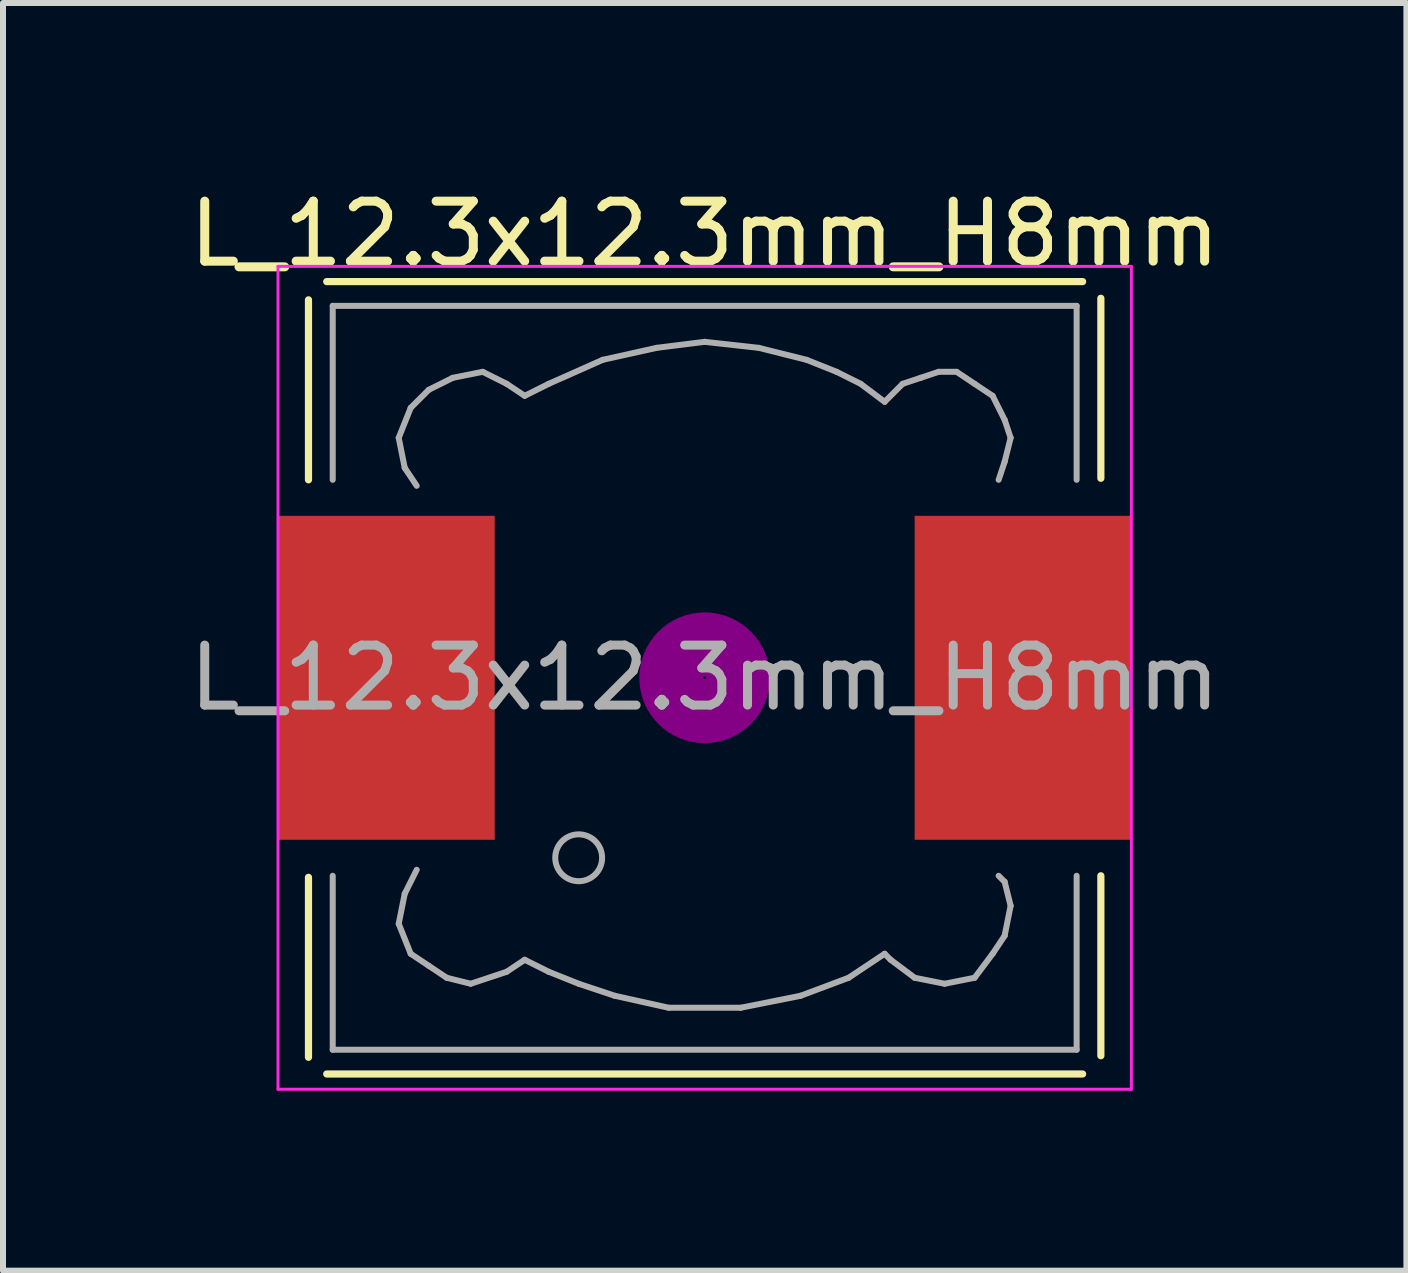
<source format=kicad_pcb>
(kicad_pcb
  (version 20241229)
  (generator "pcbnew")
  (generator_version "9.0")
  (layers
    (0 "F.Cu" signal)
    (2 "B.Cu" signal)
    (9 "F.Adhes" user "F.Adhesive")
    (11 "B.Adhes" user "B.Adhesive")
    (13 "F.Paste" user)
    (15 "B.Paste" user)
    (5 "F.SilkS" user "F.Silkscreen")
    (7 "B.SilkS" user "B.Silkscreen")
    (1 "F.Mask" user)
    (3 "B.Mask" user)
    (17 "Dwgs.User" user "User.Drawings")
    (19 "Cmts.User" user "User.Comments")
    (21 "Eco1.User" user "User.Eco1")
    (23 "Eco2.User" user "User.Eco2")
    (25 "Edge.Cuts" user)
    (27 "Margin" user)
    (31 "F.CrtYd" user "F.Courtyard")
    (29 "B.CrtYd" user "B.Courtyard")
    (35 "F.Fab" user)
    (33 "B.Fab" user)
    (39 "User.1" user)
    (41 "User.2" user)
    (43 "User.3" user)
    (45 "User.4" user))
  (footprint "L_12.3x12.3mm_H8mm"
    (layer "F.Cu")
    (at 8.696 8.248)
    (property "Reference" "L_12.3x12.3mm_H8mm" (at 0 -7.4 0) (layer "F.SilkS") (effects (font (size 1 1) (thickness 0.15))))
    (attr smd)
    (fp_line (start -6.604 -3.3) (end -6.604 -6.3) (stroke (width 0.12) (type solid)) (layer "F.SilkS"))
    (fp_line (start -6.604 6.326) (end -6.604 3.326) (stroke (width 0.12) (type solid)) (layer "F.SilkS"))
    (fp_line (start -6.3 -6.604) (end 6.3 -6.604) (stroke (width 0.12) (type solid)) (layer "F.SilkS"))
    (fp_line (start 6.3 6.604) (end -6.3 6.604) (stroke (width 0.12) (type solid)) (layer "F.SilkS"))
    (fp_line (start 6.604 -6.326) (end 6.604 -3.326) (stroke (width 0.12) (type solid)) (layer "F.SilkS"))
    (fp_line (start 6.604 3.3) (end 6.604 6.3) (stroke (width 0.12) (type solid)) (layer "F.SilkS"))
    (fp_circle (center 0 0) (end 0.15 0.15) (stroke (width 0.38) (type solid)) (fill no) (layer "F.Adhes"))
    (fp_circle (center 0 0) (end 0.55 0) (stroke (width 0.38) (type solid)) (fill no) (layer "F.Adhes"))
    (fp_circle (center 0 0) (end 0.9 0) (stroke (width 0.38) (type solid)) (fill no) (layer "F.Adhes"))
    (fp_line (start -7.112 -6.858) (end 7.112 -6.858) (stroke (width 0.05) (type solid)) (layer "F.CrtYd"))
    (fp_line (start -7.112 6.858) (end -7.112 -6.858) (stroke (width 0.05) (type solid)) (layer "F.CrtYd"))
    (fp_line (start 7.112 -6.858) (end 7.112 6.858) (stroke (width 0.05) (type solid)) (layer "F.CrtYd"))
    (fp_line (start 7.112 6.858) (end -7.112 6.858) (stroke (width 0.05) (type solid)) (layer "F.CrtYd"))
    (fp_line (start -6.2 -6.2) (end -6.2 -3.3) (stroke (width 0.1) (type solid)) (layer "F.Fab"))
    (fp_line (start -6.2 3.3) (end -6.2 6.2) (stroke (width 0.1) (type solid)) (layer "F.Fab"))
    (fp_line (start -6.2 6.2) (end 6.2 6.2) (stroke (width 0.1) (type solid)) (layer "F.Fab"))
    (fp_line (start -5.1 -4) (end -5 -3.5) (stroke (width 0.1) (type solid)) (layer "F.Fab"))
    (fp_line (start -5.1 4.1) (end -5 3.6) (stroke (width 0.1) (type solid)) (layer "F.Fab"))
    (fp_line (start -5 -3.5) (end -4.8 -3.2) (stroke (width 0.1) (type solid)) (layer "F.Fab"))
    (fp_line (start -5 3.6) (end -4.8 3.2) (stroke (width 0.1) (type solid)) (layer "F.Fab"))
    (fp_line (start -4.9 -4.5) (end -5.1 -4) (stroke (width 0.1) (type solid)) (layer "F.Fab"))
    (fp_line (start -4.9 4.6) (end -5.1 4.1) (stroke (width 0.1) (type solid)) (layer "F.Fab"))
    (fp_line (start -4.6 -4.8) (end -4.9 -4.5) (stroke (width 0.1) (type solid)) (layer "F.Fab"))
    (fp_line (start -4.6 4.8) (end -4.9 4.6) (stroke (width 0.1) (type solid)) (layer "F.Fab"))
    (fp_line (start -4.3 5) (end -4.6 4.8) (stroke (width 0.1) (type solid)) (layer "F.Fab"))
    (fp_line (start -4.2 -5) (end -4.6 -4.8) (stroke (width 0.1) (type solid)) (layer "F.Fab"))
    (fp_line (start -3.9 5.1) (end -4.3 5) (stroke (width 0.1) (type solid)) (layer "F.Fab"))
    (fp_line (start -3.7 -5.1) (end -4.2 -5) (stroke (width 0.1) (type solid)) (layer "F.Fab"))
    (fp_line (start -3.3 -4.9) (end -3.7 -5.1) (stroke (width 0.1) (type solid)) (layer "F.Fab"))
    (fp_line (start -3.3 4.9) (end -3.9 5.1) (stroke (width 0.1) (type solid)) (layer "F.Fab"))
    (fp_line (start -3 -4.7) (end -3.3 -4.9) (stroke (width 0.1) (type solid)) (layer "F.Fab"))
    (fp_line (start -3 4.7) (end -3.3 4.9) (stroke (width 0.1) (type solid)) (layer "F.Fab"))
    (fp_line (start -2.6 -4.9) (end -3 -4.7) (stroke (width 0.1) (type solid)) (layer "F.Fab"))
    (fp_line (start -2.6 4.9) (end -3 4.7) (stroke (width 0.1) (type solid)) (layer "F.Fab"))
    (fp_line (start -2.1 5.1) (end -2.6 4.9) (stroke (width 0.1) (type solid)) (layer "F.Fab"))
    (fp_line (start -1.7 -5.3) (end -2.6 -4.9) (stroke (width 0.1) (type solid)) (layer "F.Fab"))
    (fp_line (start -1.5 5.3) (end -2.1 5.1) (stroke (width 0.1) (type solid)) (layer "F.Fab"))
    (fp_line (start -0.8 -5.5) (end -1.7 -5.3) (stroke (width 0.1) (type solid)) (layer "F.Fab"))
    (fp_line (start -0.6 5.5) (end -1.5 5.3) (stroke (width 0.1) (type solid)) (layer "F.Fab"))
    (fp_line (start 0 -5.6) (end -0.8 -5.5) (stroke (width 0.1) (type solid)) (layer "F.Fab"))
    (fp_line (start 0.6 5.5) (end -0.6 5.5) (stroke (width 0.1) (type solid)) (layer "F.Fab"))
    (fp_line (start 0.9 -5.5) (end 0 -5.6) (stroke (width 0.1) (type solid)) (layer "F.Fab"))
    (fp_line (start 1.6 5.3) (end 0.6 5.5) (stroke (width 0.1) (type solid)) (layer "F.Fab"))
    (fp_line (start 1.7 -5.3) (end 0.9 -5.5) (stroke (width 0.1) (type solid)) (layer "F.Fab"))
    (fp_line (start 2.2 -5.1) (end 1.7 -5.3) (stroke (width 0.1) (type solid)) (layer "F.Fab"))
    (fp_line (start 2.4 5) (end 1.6 5.3) (stroke (width 0.1) (type solid)) (layer "F.Fab"))
    (fp_line (start 2.6 -4.9) (end 2.2 -5.1) (stroke (width 0.1) (type solid)) (layer "F.Fab"))
    (fp_line (start 3 -4.6) (end 2.6 -4.9) (stroke (width 0.1) (type solid)) (layer "F.Fab"))
    (fp_line (start 3 4.6) (end 2.4 5) (stroke (width 0.1) (type solid)) (layer "F.Fab"))
    (fp_line (start 3.1 4.7) (end 3 4.6) (stroke (width 0.1) (type solid)) (layer "F.Fab"))
    (fp_line (start 3.3 -4.9) (end 3 -4.6) (stroke (width 0.1) (type solid)) (layer "F.Fab"))
    (fp_line (start 3.5 5) (end 3.1 4.7) (stroke (width 0.1) (type solid)) (layer "F.Fab"))
    (fp_line (start 3.6 -5) (end 3.3 -4.9) (stroke (width 0.1) (type solid)) (layer "F.Fab"))
    (fp_line (start 3.9 -5.1) (end 3.6 -5) (stroke (width 0.1) (type solid)) (layer "F.Fab"))
    (fp_line (start 4 5.1) (end 3.5 5) (stroke (width 0.1) (type solid)) (layer "F.Fab"))
    (fp_line (start 4.2 -5.1) (end 3.9 -5.1) (stroke (width 0.1) (type solid)) (layer "F.Fab"))
    (fp_line (start 4.5 -4.9) (end 4.2 -5.1) (stroke (width 0.1) (type solid)) (layer "F.Fab"))
    (fp_line (start 4.5 5) (end 4 5.1) (stroke (width 0.1) (type solid)) (layer "F.Fab"))
    (fp_line (start 4.8 -4.7) (end 4.5 -4.9) (stroke (width 0.1) (type solid)) (layer "F.Fab"))
    (fp_line (start 4.8 4.6) (end 4.5 5) (stroke (width 0.1) (type solid)) (layer "F.Fab"))
    (fp_line (start 4.9 -3.3) (end 5 -3.6) (stroke (width 0.1) (type solid)) (layer "F.Fab"))
    (fp_line (start 4.9 3.3) (end 5 3.4) (stroke (width 0.1) (type solid)) (layer "F.Fab"))
    (fp_line (start 5 -4.3) (end 4.8 -4.7) (stroke (width 0.1) (type solid)) (layer "F.Fab"))
    (fp_line (start 5 -3.6) (end 5.1 -4) (stroke (width 0.1) (type solid)) (layer "F.Fab"))
    (fp_line (start 5 3.4) (end 5.1 3.8) (stroke (width 0.1) (type solid)) (layer "F.Fab"))
    (fp_line (start 5 4.3) (end 4.8 4.6) (stroke (width 0.1) (type solid)) (layer "F.Fab"))
    (fp_line (start 5.1 -4) (end 5 -4.3) (stroke (width 0.1) (type solid)) (layer "F.Fab"))
    (fp_line (start 5.1 3.8) (end 5 4.3) (stroke (width 0.1) (type solid)) (layer "F.Fab"))
    (fp_line (start 6.2 -6.2) (end -6.2 -6.2) (stroke (width 0.1) (type solid)) (layer "F.Fab"))
    (fp_line (start 6.2 -6.2) (end 6.2 -3.3) (stroke (width 0.1) (type solid)) (layer "F.Fab"))
    (fp_line (start 6.2 6.2) (end 6.2 3.3) (stroke (width 0.1) (type solid)) (layer "F.Fab"))
    (fp_circle (center -2.1 3) (end -1.8 3.25) (stroke (width 0.1) (type solid)) (fill no) (layer "F.Fab"))
    (fp_text user "${REFERENCE}" (at 0 0 0) (layer "F.Fab") (effects (font (size 1 1) (thickness 0.15))))
    (pad "1" smd rect (at -5.306 0) (size 3.612 5.4) (layers "F.Cu" "F.Mask" "F.Paste"))
    (pad "2" smd rect (at 5.306 0) (size 3.612 5.4) (layers "F.Cu" "F.Mask" "F.Paste")))
  (gr_rect
    (start -3 -3)
    (end 20.393 18.131)
    (stroke (width 0.1) (type default))
    (fill no)
    (layer "Edge.Cuts")))
</source>
